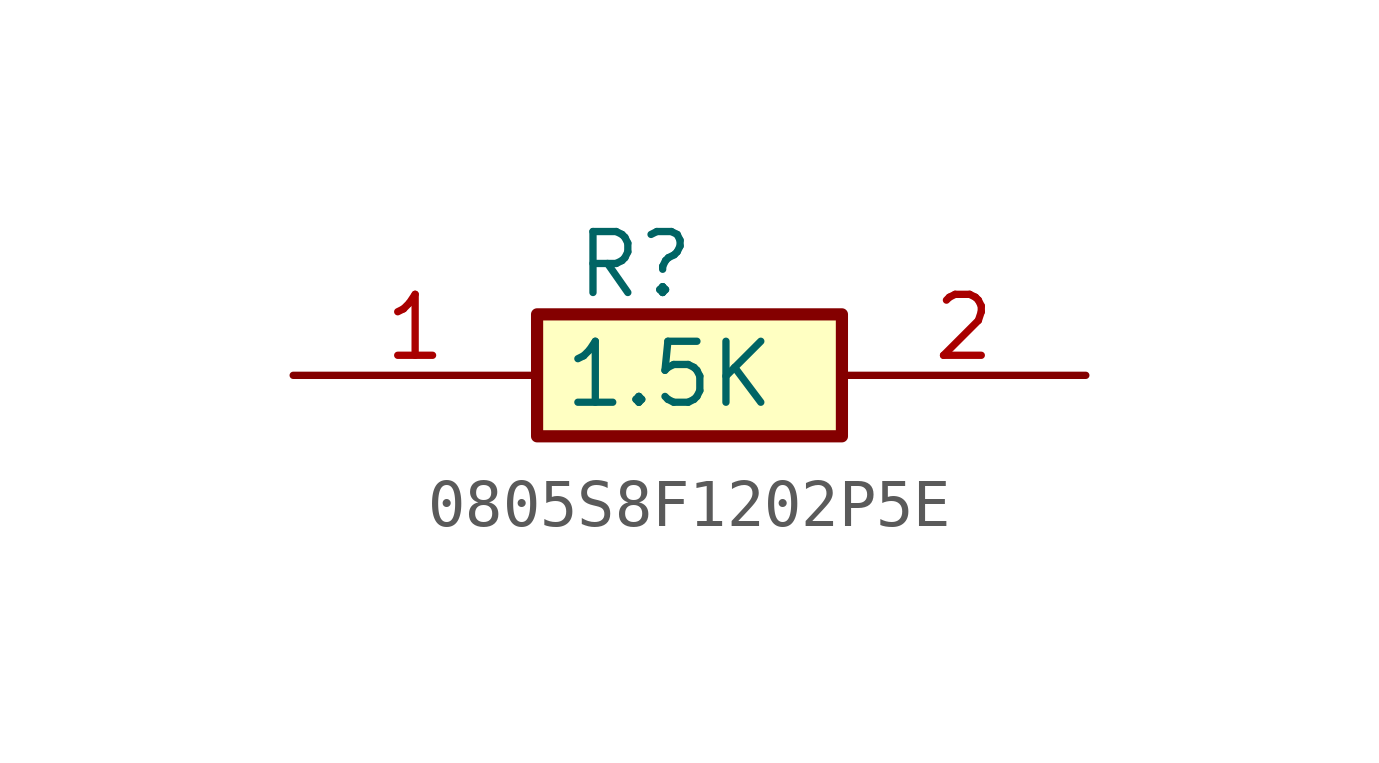
<source format=kicad_sym>
(kicad_symbol_lib
  (version 20241209)
  (generator "kicad_symbol_editor")
  (generator_version "9.0")
  (symbol "0805S8F1202P5E"
    (pin_names
      (hide yes))
    (property "Reference" "R"
      (at 5.842 3.048 0)
      (effects (font (size 1.27 1.27)) (justify left top)))
    (property "Value" "1.5K"
      (at 5.588 0.762 0)
      (effects (font (size 1.27 1.27)) (justify left top)))
    (symbol "0805S8F1202P5E_1_1"
      (rectangle (start 5.08 1.27) (end 11.43 -1.27) (stroke (width 0.254) (type default)) (fill (type background)))
      (pin passive line (at 0 0 0) (length 5.08) (name "1" (effects (font (size 1.27 1.27)))) (number "1" (effects (font (size 1.27 1.27)))))
      (pin passive line (at 16.51 0 180) (length 5.08) (name "2" (effects (font (size 1.27 1.27)))) (number "2" (effects (font (size 1.27 1.27))))))))
</source>
